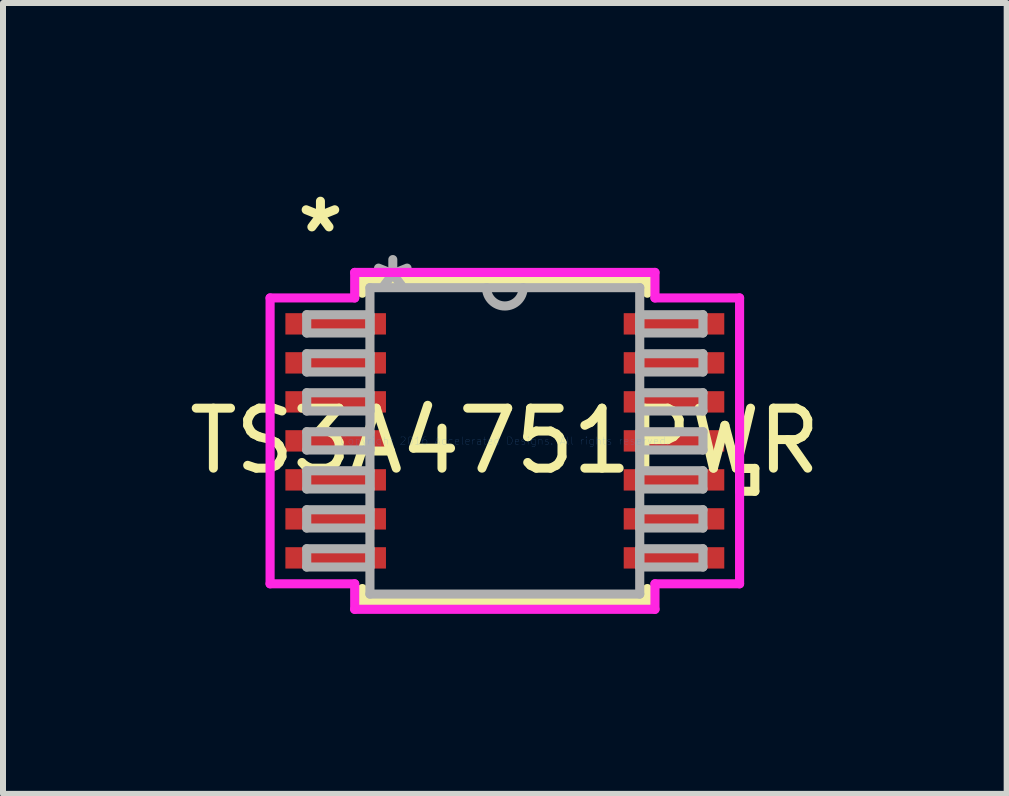
<source format=kicad_pcb>
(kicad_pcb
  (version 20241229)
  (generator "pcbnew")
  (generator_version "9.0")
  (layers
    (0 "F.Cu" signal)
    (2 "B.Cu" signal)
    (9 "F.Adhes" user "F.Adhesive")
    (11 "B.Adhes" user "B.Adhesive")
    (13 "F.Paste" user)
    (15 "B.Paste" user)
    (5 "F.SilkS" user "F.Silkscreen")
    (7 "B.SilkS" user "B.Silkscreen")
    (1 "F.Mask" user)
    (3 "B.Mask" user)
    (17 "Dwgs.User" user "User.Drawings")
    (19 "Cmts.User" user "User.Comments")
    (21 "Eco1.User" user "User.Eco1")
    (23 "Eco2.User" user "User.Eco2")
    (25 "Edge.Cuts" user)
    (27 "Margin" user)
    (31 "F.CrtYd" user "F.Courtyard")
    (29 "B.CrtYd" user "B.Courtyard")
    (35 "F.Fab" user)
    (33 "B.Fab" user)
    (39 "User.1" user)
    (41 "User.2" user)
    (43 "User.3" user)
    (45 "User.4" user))
  (footprint "TS3A4751PWR"
    (layer "F.Cu")
    (at 5.363 4.297)
    (property "Reference" "TS3A4751PWR" (at 0 0 0) (layer "F.SilkS") (effects (font (size 1 1) (thickness 0.15))))
    (attr through_hole)
    (fp_line (start -2.375 -2.68) (end -2.375 -2.461) (stroke (width 0.152) (type solid)) (layer "F.SilkS"))
    (fp_line (start -2.375 2.461) (end -2.375 2.68) (stroke (width 0.152) (type solid)) (layer "F.SilkS"))
    (fp_line (start -2.375 2.68) (end 2.375 2.68) (stroke (width 0.152) (type solid)) (layer "F.SilkS"))
    (fp_line (start 2.375 -2.68) (end -2.375 -2.68) (stroke (width 0.152) (type solid)) (layer "F.SilkS"))
    (fp_line (start 2.375 -2.461) (end 2.375 -2.68) (stroke (width 0.152) (type solid)) (layer "F.SilkS"))
    (fp_line (start 2.375 2.68) (end 2.375 2.461) (stroke (width 0.152) (type solid)) (layer "F.SilkS"))
    (fp_line (start 3.912 0.459) (end 4.166 0.459) (stroke (width 0.152) (type solid)) (layer "F.SilkS"))
    (fp_line (start 3.912 0.84) (end 3.912 0.459) (stroke (width 0.152) (type solid)) (layer "F.SilkS"))
    (fp_line (start 4.166 0.459) (end 4.166 0.84) (stroke (width 0.152) (type solid)) (layer "F.SilkS"))
    (fp_line (start 4.166 0.84) (end 3.912 0.84) (stroke (width 0.152) (type solid)) (layer "F.SilkS"))
    (fp_line (start -3.912 -2.382) (end -2.502 -2.382) (stroke (width 0.152) (type solid)) (layer "F.CrtYd"))
    (fp_line (start -3.912 2.382) (end -3.912 -2.382) (stroke (width 0.152) (type solid)) (layer "F.CrtYd"))
    (fp_line (start -2.502 -2.807) (end 2.502 -2.807) (stroke (width 0.152) (type solid)) (layer "F.CrtYd"))
    (fp_line (start -2.502 -2.382) (end -2.502 -2.807) (stroke (width 0.152) (type solid)) (layer "F.CrtYd"))
    (fp_line (start -2.502 2.382) (end -3.912 2.382) (stroke (width 0.152) (type solid)) (layer "F.CrtYd"))
    (fp_line (start -2.502 2.807) (end -2.502 2.382) (stroke (width 0.152) (type solid)) (layer "F.CrtYd"))
    (fp_line (start 2.502 -2.807) (end 2.502 -2.382) (stroke (width 0.152) (type solid)) (layer "F.CrtYd"))
    (fp_line (start 2.502 -2.382) (end 3.912 -2.382) (stroke (width 0.152) (type solid)) (layer "F.CrtYd"))
    (fp_line (start 2.502 2.382) (end 2.502 2.807) (stroke (width 0.152) (type solid)) (layer "F.CrtYd"))
    (fp_line (start 2.502 2.807) (end -2.502 2.807) (stroke (width 0.152) (type solid)) (layer "F.CrtYd"))
    (fp_line (start 3.912 -2.382) (end 3.912 2.382) (stroke (width 0.152) (type solid)) (layer "F.CrtYd"))
    (fp_line (start 3.912 2.382) (end 2.502 2.382) (stroke (width 0.152) (type solid)) (layer "F.CrtYd"))
    (fp_line (start -3.302 -2.102) (end -3.302 -1.798) (stroke (width 0.152) (type solid)) (layer "F.Fab"))
    (fp_line (start -3.302 -1.798) (end -2.248 -1.798) (stroke (width 0.152) (type solid)) (layer "F.Fab"))
    (fp_line (start -3.302 -1.452) (end -3.302 -1.148) (stroke (width 0.152) (type solid)) (layer "F.Fab"))
    (fp_line (start -3.302 -1.148) (end -2.248 -1.148) (stroke (width 0.152) (type solid)) (layer "F.Fab"))
    (fp_line (start -3.302 -0.802) (end -3.302 -0.498) (stroke (width 0.152) (type solid)) (layer "F.Fab"))
    (fp_line (start -3.302 -0.498) (end -2.248 -0.498) (stroke (width 0.152) (type solid)) (layer "F.Fab"))
    (fp_line (start -3.302 -0.152) (end -3.302 0.152) (stroke (width 0.152) (type solid)) (layer "F.Fab"))
    (fp_line (start -3.302 0.152) (end -2.248 0.152) (stroke (width 0.152) (type solid)) (layer "F.Fab"))
    (fp_line (start -3.302 0.498) (end -3.302 0.802) (stroke (width 0.152) (type solid)) (layer "F.Fab"))
    (fp_line (start -3.302 0.802) (end -2.248 0.802) (stroke (width 0.152) (type solid)) (layer "F.Fab"))
    (fp_line (start -3.302 1.148) (end -3.302 1.452) (stroke (width 0.152) (type solid)) (layer "F.Fab"))
    (fp_line (start -3.302 1.452) (end -2.248 1.452) (stroke (width 0.152) (type solid)) (layer "F.Fab"))
    (fp_line (start -3.302 1.798) (end -3.302 2.102) (stroke (width 0.152) (type solid)) (layer "F.Fab"))
    (fp_line (start -3.302 2.102) (end -2.248 2.102) (stroke (width 0.152) (type solid)) (layer "F.Fab"))
    (fp_line (start -2.248 -2.553) (end -2.248 2.553) (stroke (width 0.152) (type solid)) (layer "F.Fab"))
    (fp_line (start -2.248 -2.102) (end -3.302 -2.102) (stroke (width 0.152) (type solid)) (layer "F.Fab"))
    (fp_line (start -2.248 -1.798) (end -2.248 -2.102) (stroke (width 0.152) (type solid)) (layer "F.Fab"))
    (fp_line (start -2.248 -1.452) (end -3.302 -1.452) (stroke (width 0.152) (type solid)) (layer "F.Fab"))
    (fp_line (start -2.248 -1.148) (end -2.248 -1.452) (stroke (width 0.152) (type solid)) (layer "F.Fab"))
    (fp_line (start -2.248 -0.802) (end -3.302 -0.802) (stroke (width 0.152) (type solid)) (layer "F.Fab"))
    (fp_line (start -2.248 -0.498) (end -2.248 -0.802) (stroke (width 0.152) (type solid)) (layer "F.Fab"))
    (fp_line (start -2.248 -0.152) (end -3.302 -0.152) (stroke (width 0.152) (type solid)) (layer "F.Fab"))
    (fp_line (start -2.248 0.152) (end -2.248 -0.152) (stroke (width 0.152) (type solid)) (layer "F.Fab"))
    (fp_line (start -2.248 0.498) (end -3.302 0.498) (stroke (width 0.152) (type solid)) (layer "F.Fab"))
    (fp_line (start -2.248 0.802) (end -2.248 0.498) (stroke (width 0.152) (type solid)) (layer "F.Fab"))
    (fp_line (start -2.248 1.148) (end -3.302 1.148) (stroke (width 0.152) (type solid)) (layer "F.Fab"))
    (fp_line (start -2.248 1.452) (end -2.248 1.148) (stroke (width 0.152) (type solid)) (layer "F.Fab"))
    (fp_line (start -2.248 1.798) (end -3.302 1.798) (stroke (width 0.152) (type solid)) (layer "F.Fab"))
    (fp_line (start -2.248 2.102) (end -2.248 1.798) (stroke (width 0.152) (type solid)) (layer "F.Fab"))
    (fp_line (start -2.248 2.553) (end 2.248 2.553) (stroke (width 0.152) (type solid)) (layer "F.Fab"))
    (fp_line (start 2.248 -2.553) (end -2.248 -2.553) (stroke (width 0.152) (type solid)) (layer "F.Fab"))
    (fp_line (start 2.248 -2.102) (end 2.248 -1.798) (stroke (width 0.152) (type solid)) (layer "F.Fab"))
    (fp_line (start 2.248 -1.798) (end 3.302 -1.798) (stroke (width 0.152) (type solid)) (layer "F.Fab"))
    (fp_line (start 2.248 -1.452) (end 2.248 -1.148) (stroke (width 0.152) (type solid)) (layer "F.Fab"))
    (fp_line (start 2.248 -1.148) (end 3.302 -1.148) (stroke (width 0.152) (type solid)) (layer "F.Fab"))
    (fp_line (start 2.248 -0.802) (end 2.248 -0.498) (stroke (width 0.152) (type solid)) (layer "F.Fab"))
    (fp_line (start 2.248 -0.498) (end 3.302 -0.498) (stroke (width 0.152) (type solid)) (layer "F.Fab"))
    (fp_line (start 2.248 -0.152) (end 2.248 0.152) (stroke (width 0.152) (type solid)) (layer "F.Fab"))
    (fp_line (start 2.248 0.152) (end 3.302 0.152) (stroke (width 0.152) (type solid)) (layer "F.Fab"))
    (fp_line (start 2.248 0.498) (end 2.248 0.802) (stroke (width 0.152) (type solid)) (layer "F.Fab"))
    (fp_line (start 2.248 0.802) (end 3.302 0.802) (stroke (width 0.152) (type solid)) (layer "F.Fab"))
    (fp_line (start 2.248 1.148) (end 2.248 1.452) (stroke (width 0.152) (type solid)) (layer "F.Fab"))
    (fp_line (start 2.248 1.452) (end 3.302 1.452) (stroke (width 0.152) (type solid)) (layer "F.Fab"))
    (fp_line (start 2.248 1.798) (end 2.248 2.102) (stroke (width 0.152) (type solid)) (layer "F.Fab"))
    (fp_line (start 2.248 2.102) (end 3.302 2.102) (stroke (width 0.152) (type solid)) (layer "F.Fab"))
    (fp_line (start 2.248 2.553) (end 2.248 -2.553) (stroke (width 0.152) (type solid)) (layer "F.Fab"))
    (fp_line (start 3.302 -2.102) (end 2.248 -2.102) (stroke (width 0.152) (type solid)) (layer "F.Fab"))
    (fp_line (start 3.302 -1.798) (end 3.302 -2.102) (stroke (width 0.152) (type solid)) (layer "F.Fab"))
    (fp_line (start 3.302 -1.452) (end 2.248 -1.452) (stroke (width 0.152) (type solid)) (layer "F.Fab"))
    (fp_line (start 3.302 -1.148) (end 3.302 -1.452) (stroke (width 0.152) (type solid)) (layer "F.Fab"))
    (fp_line (start 3.302 -0.802) (end 2.248 -0.802) (stroke (width 0.152) (type solid)) (layer "F.Fab"))
    (fp_line (start 3.302 -0.498) (end 3.302 -0.802) (stroke (width 0.152) (type solid)) (layer "F.Fab"))
    (fp_line (start 3.302 -0.152) (end 2.248 -0.152) (stroke (width 0.152) (type solid)) (layer "F.Fab"))
    (fp_line (start 3.302 0.152) (end 3.302 -0.152) (stroke (width 0.152) (type solid)) (layer "F.Fab"))
    (fp_line (start 3.302 0.498) (end 2.248 0.498) (stroke (width 0.152) (type solid)) (layer "F.Fab"))
    (fp_line (start 3.302 0.802) (end 3.302 0.498) (stroke (width 0.152) (type solid)) (layer "F.Fab"))
    (fp_line (start 3.302 1.148) (end 2.248 1.148) (stroke (width 0.152) (type solid)) (layer "F.Fab"))
    (fp_line (start 3.302 1.452) (end 3.302 1.148) (stroke (width 0.152) (type solid)) (layer "F.Fab"))
    (fp_line (start 3.302 1.798) (end 2.248 1.798) (stroke (width 0.152) (type solid)) (layer "F.Fab"))
    (fp_line (start 3.302 2.102) (end 3.302 1.798) (stroke (width 0.152) (type solid)) (layer "F.Fab"))
    (fp_arc (start 0.3048 -2.5527) (mid 0 -2.2479) (end -0.3048 -2.5527) (stroke (width 0.1524) (type solid)) (layer "F.Fab"))
    (fp_text user "*" (at -3.073 -3.449 0) (layer "F.SilkS") (effects (font (size 1 1) (thickness 0.15))))
    (fp_text user "Copyright 2016 Accelerated Designs. All rights reserved." (at 0 0 0) (layer "Cmts.User") (effects (font (size 0.127 0.127) (thickness 0.002))))
    (fp_text user "*" (at -1.867 -2.477 0) (layer "F.Fab") (effects (font (size 1 1) (thickness 0.15))))
    (pad "1" smd rect (at -2.819 -1.95) (size 1.676 0.356) (layers "F.Cu" "F.Mask" "F.Paste"))
    (pad "2" smd rect (at -2.819 -1.3) (size 1.676 0.356) (layers "F.Cu" "F.Mask" "F.Paste"))
    (pad "3" smd rect (at -2.819 -0.65) (size 1.676 0.356) (layers "F.Cu" "F.Mask" "F.Paste"))
    (pad "4" smd rect (at -2.819 0) (size 1.676 0.356) (layers "F.Cu" "F.Mask" "F.Paste"))
    (pad "5" smd rect (at -2.819 0.65) (size 1.676 0.356) (layers "F.Cu" "F.Mask" "F.Paste"))
    (pad "6" smd rect (at -2.819 1.3) (size 1.676 0.356) (layers "F.Cu" "F.Mask" "F.Paste"))
    (pad "7" smd rect (at -2.819 1.95) (size 1.676 0.356) (layers "F.Cu" "F.Mask" "F.Paste"))
    (pad "8" smd rect (at 2.819 1.95) (size 1.676 0.356) (layers "F.Cu" "F.Mask" "F.Paste"))
    (pad "9" smd rect (at 2.819 1.3) (size 1.676 0.356) (layers "F.Cu" "F.Mask" "F.Paste"))
    (pad "10" smd rect (at 2.819 0.65) (size 1.676 0.356) (layers "F.Cu" "F.Mask" "F.Paste"))
    (pad "11" smd rect (at 2.819 0) (size 1.676 0.356) (layers "F.Cu" "F.Mask" "F.Paste"))
    (pad "12" smd rect (at 2.819 -0.65) (size 1.676 0.356) (layers "F.Cu" "F.Mask" "F.Paste"))
    (pad "13" smd rect (at 2.819 -1.3) (size 1.676 0.356) (layers "F.Cu" "F.Mask" "F.Paste"))
    (pad "14" smd rect (at 2.819 -1.95) (size 1.676 0.356) (layers "F.Cu" "F.Mask" "F.Paste")))
  (gr_rect
    (start -3 -3)
    (end 13.726 10.18)
    (stroke (width 0.1) (type default))
    (fill no)
    (layer "Edge.Cuts")))
</source>
